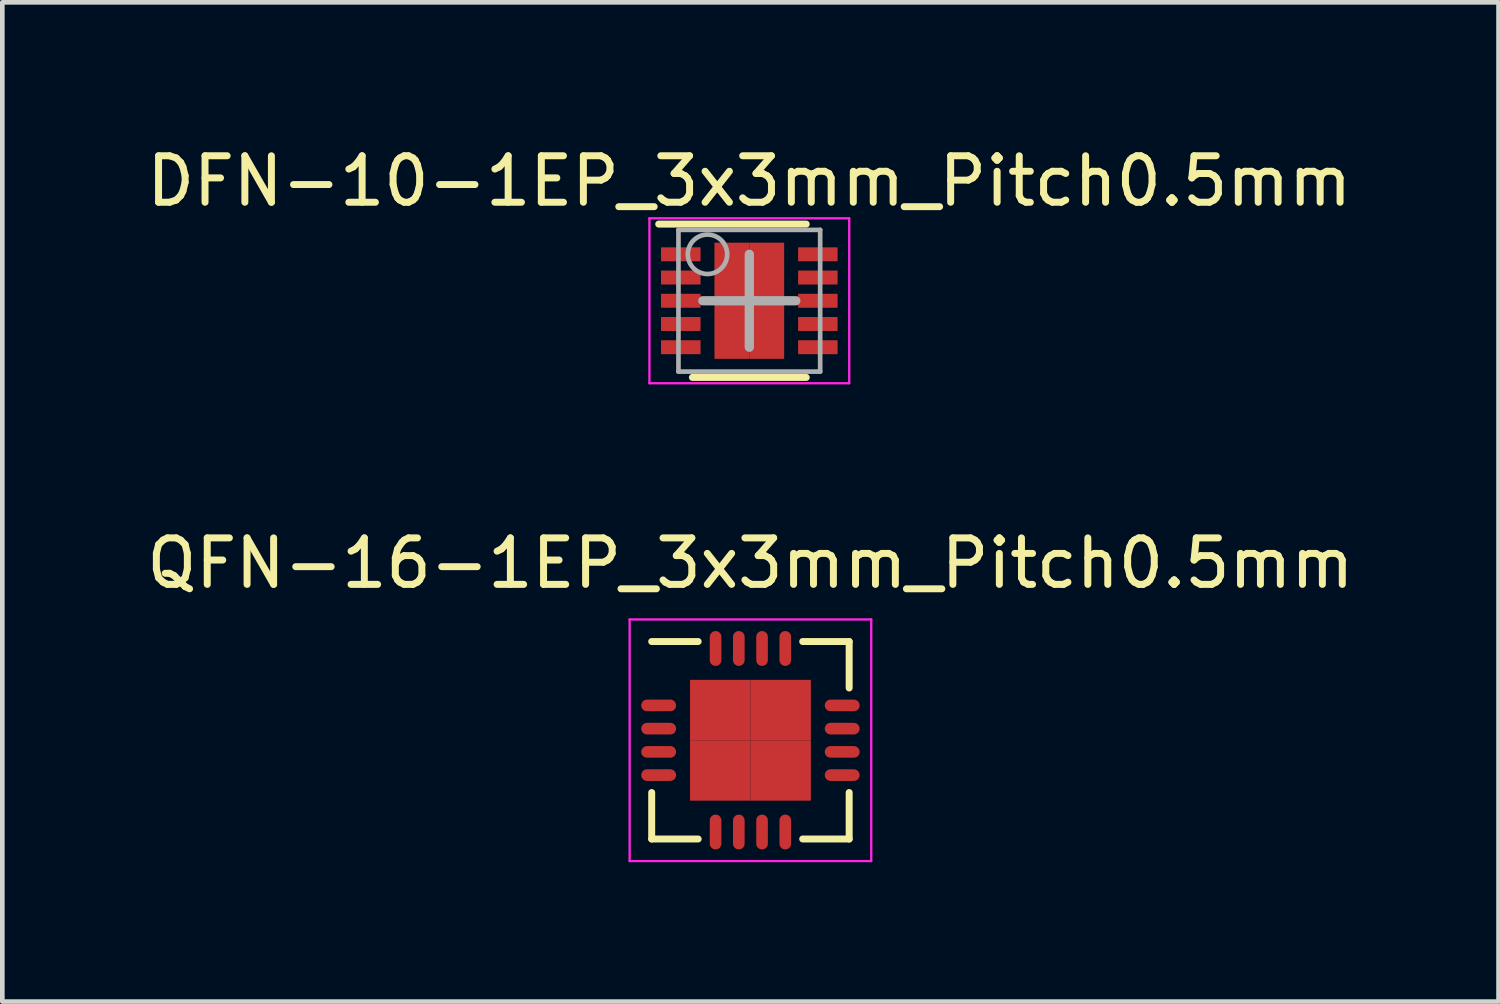
<source format=kicad_pcb>
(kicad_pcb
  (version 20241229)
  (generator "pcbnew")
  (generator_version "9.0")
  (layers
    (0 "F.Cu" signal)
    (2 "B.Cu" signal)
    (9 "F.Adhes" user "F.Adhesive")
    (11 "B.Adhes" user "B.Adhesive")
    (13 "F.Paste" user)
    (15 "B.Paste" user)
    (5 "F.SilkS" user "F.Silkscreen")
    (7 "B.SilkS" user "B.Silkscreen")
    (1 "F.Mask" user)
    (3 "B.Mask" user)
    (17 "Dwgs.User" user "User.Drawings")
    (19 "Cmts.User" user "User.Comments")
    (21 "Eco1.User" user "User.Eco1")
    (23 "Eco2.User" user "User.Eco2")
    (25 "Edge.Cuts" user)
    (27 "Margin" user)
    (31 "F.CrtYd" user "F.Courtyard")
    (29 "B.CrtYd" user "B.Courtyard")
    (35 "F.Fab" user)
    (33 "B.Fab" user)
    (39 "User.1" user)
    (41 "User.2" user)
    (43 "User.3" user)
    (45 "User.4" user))
  (footprint "QFN-16-1EP_3x3mm_Pitch0.5mm"
    (layer "F.Cu")
    (at 13.101 12.882)
    (property "Reference" "QFN-16-1EP_3x3mm_Pitch0.5mm" (at 0 -3.81 0) (layer "F.SilkS") (effects (font (size 1 1) (thickness 0.15))))
    (attr smd)
    (fp_line (start -2.125 -2.125) (end -1.125 -2.125) (stroke (width 0.15) (type solid)) (layer "F.SilkS"))
    (fp_line (start -2.125 2.125) (end -2.125 1.125) (stroke (width 0.15) (type solid)) (layer "F.SilkS"))
    (fp_line (start -2.125 2.125) (end -1.125 2.125) (stroke (width 0.15) (type solid)) (layer "F.SilkS"))
    (fp_line (start 2.125 -2.125) (end 1.125 -2.125) (stroke (width 0.15) (type solid)) (layer "F.SilkS"))
    (fp_line (start 2.125 -2.125) (end 2.125 -1.125) (stroke (width 0.15) (type solid)) (layer "F.SilkS"))
    (fp_line (start 2.125 2.125) (end 1.125 2.125) (stroke (width 0.15) (type solid)) (layer "F.SilkS"))
    (fp_line (start 2.125 2.125) (end 2.125 1.125) (stroke (width 0.15) (type solid)) (layer "F.SilkS"))
    (fp_line (start -2.6 -2.6) (end -2.6 2.6) (stroke (width 0.05) (type solid)) (layer "F.CrtYd"))
    (fp_line (start -2.6 -2.6) (end 2.6 -2.6) (stroke (width 0.05) (type solid)) (layer "F.CrtYd"))
    (fp_line (start -2.6 2.6) (end 2.6 2.6) (stroke (width 0.05) (type solid)) (layer "F.CrtYd"))
    (fp_line (start 2.6 -2.6) (end 2.6 2.6) (stroke (width 0.05) (type solid)) (layer "F.CrtYd"))
    (pad "1" smd oval (at -1.975 -0.75) (size 0.75 0.25) (layers "F.Cu" "F.Mask" "F.Paste"))
    (pad "2" smd oval (at -1.975 -0.25) (size 0.75 0.25) (layers "F.Cu" "F.Mask" "F.Paste"))
    (pad "3" smd oval (at -1.975 0.25) (size 0.75 0.25) (layers "F.Cu" "F.Mask" "F.Paste"))
    (pad "4" smd oval (at -1.975 0.75) (size 0.75 0.25) (layers "F.Cu" "F.Mask" "F.Paste"))
    (pad "5" smd oval (at -0.75 1.975 90) (size 0.75 0.25) (layers "F.Cu" "F.Mask" "F.Paste"))
    (pad "6" smd oval (at -0.25 1.975 90) (size 0.75 0.25) (layers "F.Cu" "F.Mask" "F.Paste"))
    (pad "7" smd oval (at 0.25 1.975 90) (size 0.75 0.25) (layers "F.Cu" "F.Mask" "F.Paste"))
    (pad "8" smd oval (at 0.75 1.975 90) (size 0.75 0.25) (layers "F.Cu" "F.Mask" "F.Paste"))
    (pad "9" smd oval (at 1.975 0.75) (size 0.75 0.25) (layers "F.Cu" "F.Mask" "F.Paste"))
    (pad "10" smd oval (at 1.975 0.25) (size 0.75 0.25) (layers "F.Cu" "F.Mask" "F.Paste"))
    (pad "11" smd oval (at 1.975 -0.25) (size 0.75 0.25) (layers "F.Cu" "F.Mask" "F.Paste"))
    (pad "12" smd oval (at 1.975 -0.75) (size 0.75 0.25) (layers "F.Cu" "F.Mask" "F.Paste"))
    (pad "13" smd oval (at 0.75 -1.975 90) (size 0.75 0.25) (layers "F.Cu" "F.Mask" "F.Paste"))
    (pad "14" smd oval (at 0.25 -1.975 90) (size 0.75 0.25) (layers "F.Cu" "F.Mask" "F.Paste"))
    (pad "15" smd oval (at -0.25 -1.975 90) (size 0.75 0.25) (layers "F.Cu" "F.Mask" "F.Paste"))
    (pad "16" smd oval (at -0.75 -1.975 90) (size 0.75 0.25) (layers "F.Cu" "F.Mask" "F.Paste"))
    (pad "17" smd rect (at -0.65 -0.65) (size 1.3 1.3) (layers "F.Cu" "F.Mask" "F.Paste"))
    (pad "17" smd rect (at -0.65 0.65) (size 1.3 1.3) (layers "F.Cu" "F.Mask" "F.Paste"))
    (pad "17" smd rect (at 0.65 -0.65) (size 1.3 1.3) (layers "F.Cu" "F.Mask" "F.Paste"))
    (pad "17" smd rect (at 0.65 0.65) (size 1.3 1.3) (layers "F.Cu" "F.Mask" "F.Paste")))
  (footprint "DFN-10-1EP_3x3mm_Pitch0.5mm"
    (layer "F.Cu")
    (at 13.077 3.423)
    (property "Reference" "DFN-10-1EP_3x3mm_Pitch0.5mm" (at 0 -2.575 0) (layer "F.SilkS") (effects (font (size 1 1) (thickness 0.15))))
    (attr smd)
    (fp_line (start -1.95 -1.65) (end 1.225 -1.65) (stroke (width 0.15) (type solid)) (layer "F.SilkS"))
    (fp_line (start -1.225 1.65) (end 1.225 1.65) (stroke (width 0.15) (type solid)) (layer "F.SilkS"))
    (fp_line (start -2.15 -1.775) (end -2.15 1.775) (stroke (width 0.05) (type solid)) (layer "F.CrtYd"))
    (fp_line (start -2.15 -1.775) (end 2.15 -1.775) (stroke (width 0.05) (type solid)) (layer "F.CrtYd"))
    (fp_line (start -2.15 1.775) (end 2.15 1.775) (stroke (width 0.05) (type solid)) (layer "F.CrtYd"))
    (fp_line (start 2.15 -1.775) (end 2.15 1.775) (stroke (width 0.05) (type solid)) (layer "F.CrtYd"))
    (fp_line (start -1.525 -1.525) (end 1.525 -1.525) (stroke (width 0.1) (type solid)) (layer "F.Fab"))
    (fp_line (start -1.525 1.525) (end -1.525 -1.525) (stroke (width 0.1) (type solid)) (layer "F.Fab"))
    (fp_line (start -1 0) (end 1 0) (stroke (width 0.2) (type solid)) (layer "F.Fab"))
    (fp_line (start 0 -1) (end 0 1) (stroke (width 0.2) (type solid)) (layer "F.Fab"))
    (fp_line (start 1.525 -1.525) (end 1.525 1.525) (stroke (width 0.1) (type solid)) (layer "F.Fab"))
    (fp_line (start 1.525 1.525) (end -1.525 1.525) (stroke (width 0.1) (type solid)) (layer "F.Fab"))
    (fp_circle (center -0.9 -1) (end -0.476 -1) (stroke (width 0.1) (type solid)) (fill no) (layer "F.Fab"))
    (pad "1" smd rect (at -1.475 -1) (size 0.85 0.3) (layers "F.Cu" "F.Mask" "F.Paste"))
    (pad "2" smd rect (at -1.475 -0.5) (size 0.85 0.3) (layers "F.Cu" "F.Mask" "F.Paste"))
    (pad "3" smd rect (at -1.475 0) (size 0.85 0.3) (layers "F.Cu" "F.Mask" "F.Paste"))
    (pad "4" smd rect (at -1.475 0.5) (size 0.85 0.3) (layers "F.Cu" "F.Mask" "F.Paste"))
    (pad "5" smd rect (at -1.475 1) (size 0.85 0.3) (layers "F.Cu" "F.Mask" "F.Paste"))
    (pad "6" smd rect (at 1.475 1) (size 0.85 0.3) (layers "F.Cu" "F.Mask" "F.Paste"))
    (pad "7" smd rect (at 1.475 0.5) (size 0.85 0.3) (layers "F.Cu" "F.Mask" "F.Paste"))
    (pad "8" smd rect (at 1.475 0) (size 0.85 0.3) (layers "F.Cu" "F.Mask" "F.Paste"))
    (pad "9" smd rect (at 1.475 -0.5) (size 0.85 0.3) (layers "F.Cu" "F.Mask" "F.Paste"))
    (pad "10" smd rect (at 1.475 -1) (size 0.85 0.3) (layers "F.Cu" "F.Mask" "F.Paste"))
    (pad "11" smd rect (at -0.375 -0.625) (size 0.75 1.25) (layers "F.Cu" "F.Mask" "F.Paste"))
    (pad "11" smd rect (at -0.375 0.625) (size 0.75 1.25) (layers "F.Cu" "F.Mask" "F.Paste"))
    (pad "11" smd rect (at 0.375 -0.625) (size 0.75 1.25) (layers "F.Cu" "F.Mask" "F.Paste"))
    (pad "11" smd rect (at 0.375 0.625) (size 0.75 1.25) (layers "F.Cu" "F.Mask" "F.Paste")))
  (gr_rect
    (start -3 -3)
    (end 29.202 18.506)
    (stroke (width 0.1) (type default))
    (fill no)
    (layer "Edge.Cuts")))
</source>
